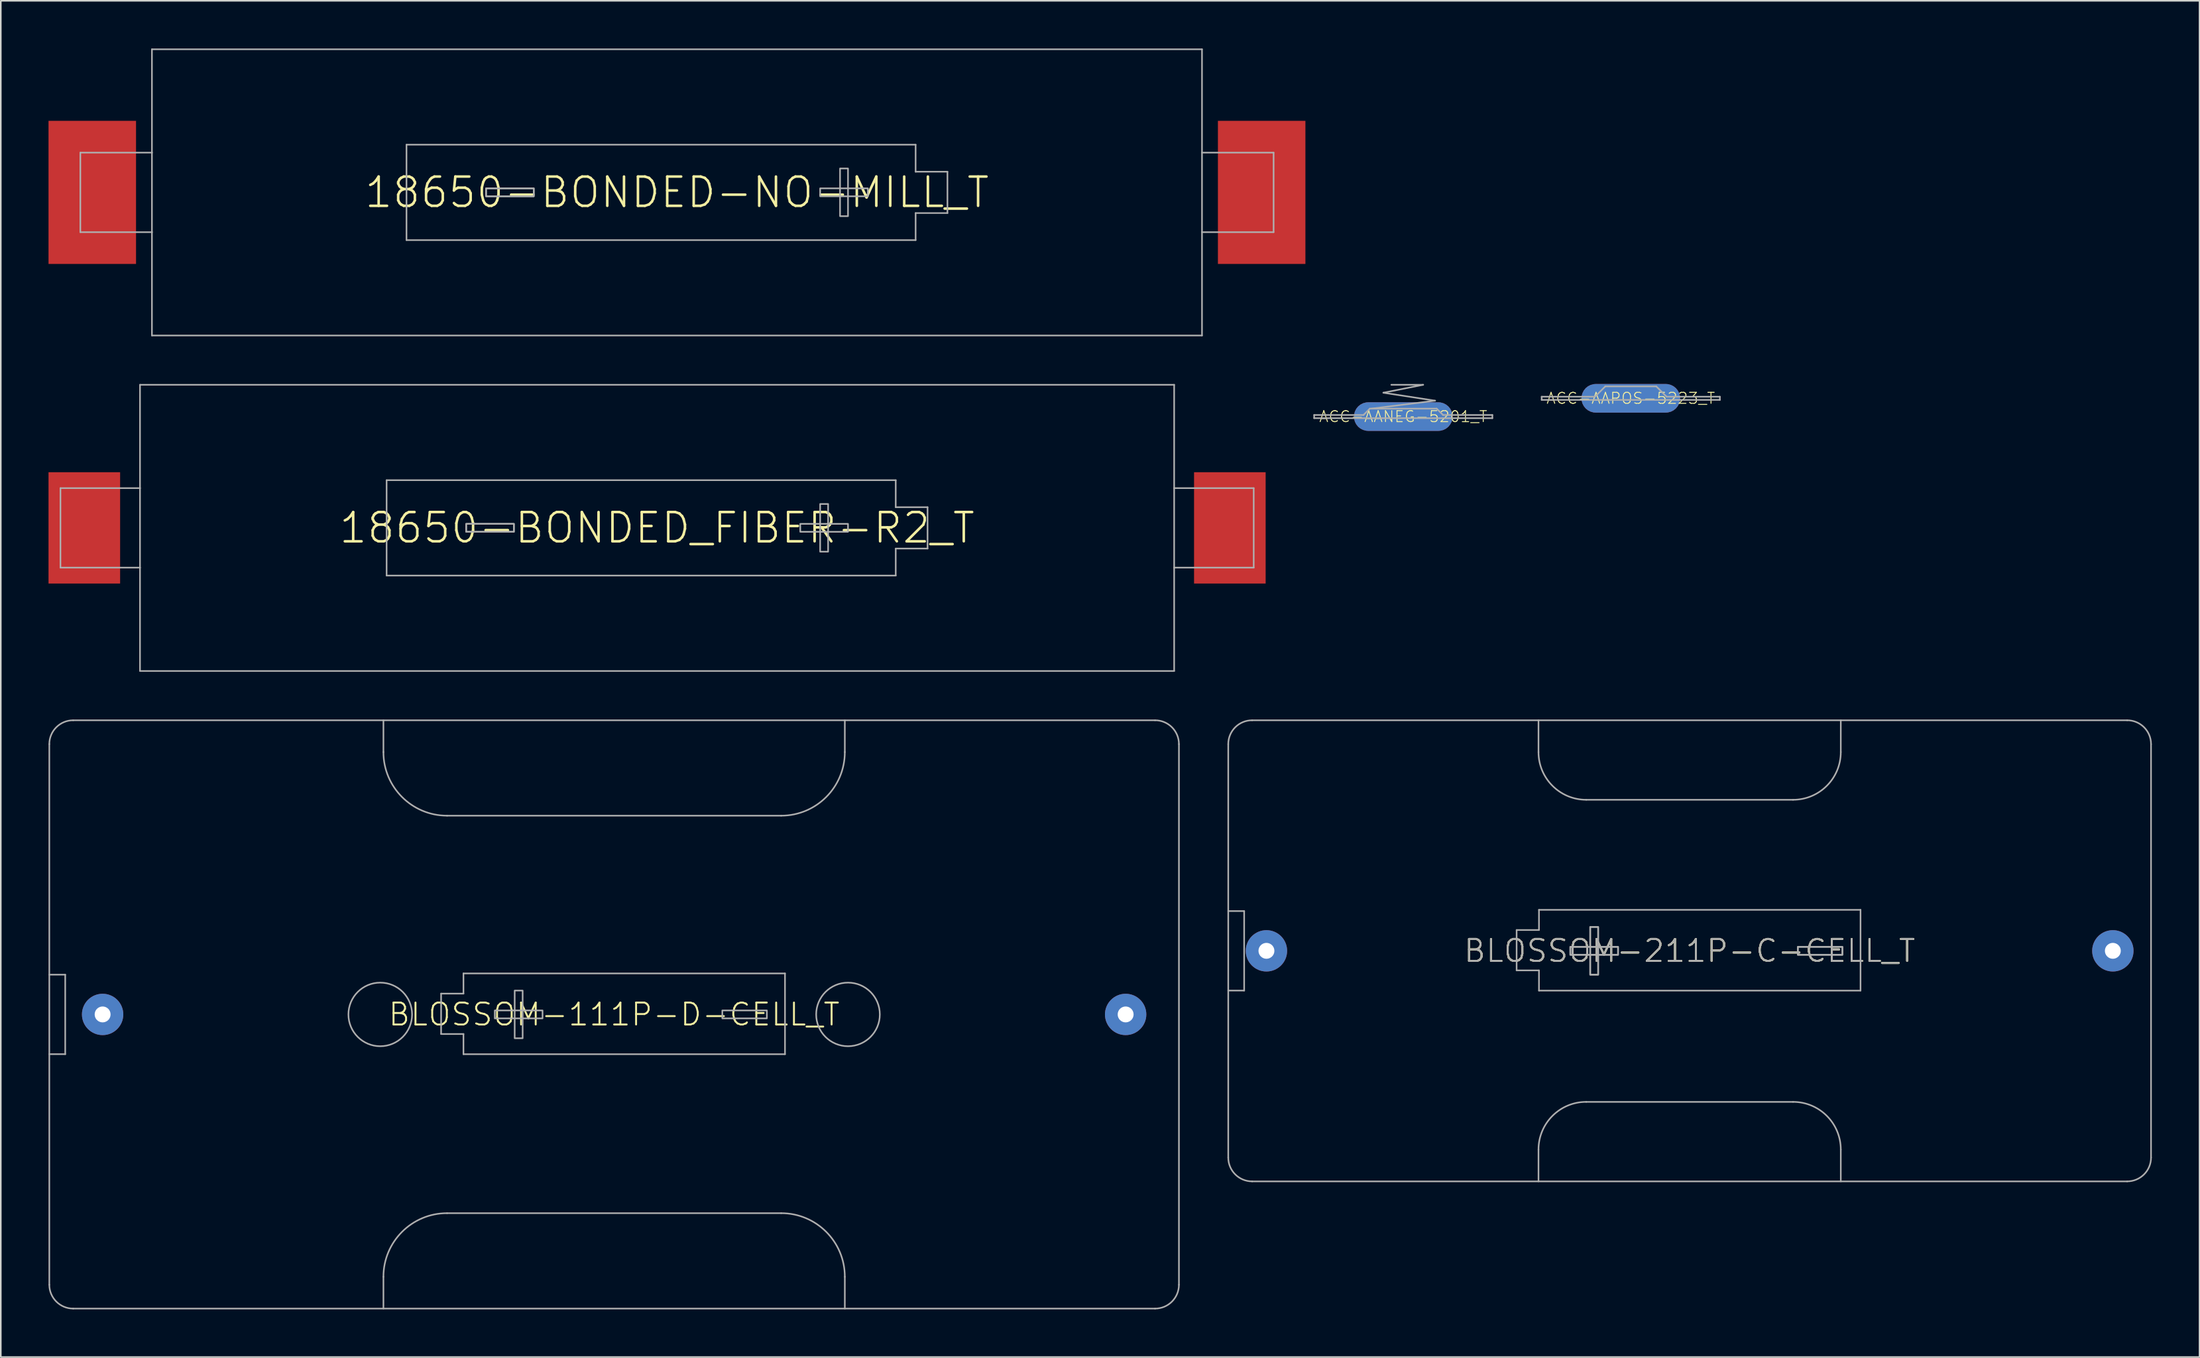
<source format=kicad_pcb>
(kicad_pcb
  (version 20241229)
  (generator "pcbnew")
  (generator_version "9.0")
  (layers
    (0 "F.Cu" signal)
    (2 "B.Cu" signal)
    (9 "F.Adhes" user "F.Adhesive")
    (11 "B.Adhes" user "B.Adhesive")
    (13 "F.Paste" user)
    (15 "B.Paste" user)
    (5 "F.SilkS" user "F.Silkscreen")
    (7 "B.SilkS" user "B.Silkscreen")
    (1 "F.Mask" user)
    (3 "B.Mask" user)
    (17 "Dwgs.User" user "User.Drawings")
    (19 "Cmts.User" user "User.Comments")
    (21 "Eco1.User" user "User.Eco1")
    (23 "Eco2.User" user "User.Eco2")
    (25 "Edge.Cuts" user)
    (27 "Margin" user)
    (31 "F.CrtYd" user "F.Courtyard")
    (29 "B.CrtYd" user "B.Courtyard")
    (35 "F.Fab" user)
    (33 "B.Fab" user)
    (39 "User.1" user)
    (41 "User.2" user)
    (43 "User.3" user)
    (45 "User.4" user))
  (footprint "BLOSSOM-111P-D-CELL_T"
    (layer "F.Cu")
    (at 35.55 60.75)
    (property "Reference" "BLOSSOM-111P-D-CELL_T" (at 0 0 0) (unlocked yes) (layer "F.SilkS") (effects (font (size 1.38 1.38) (thickness 0.12))))
    (fp_line (start -35.5 2.5) (end -34.5 2.5) (stroke (width 0.1) (type solid)) (layer "F.Fab"))
    (fp_line (start -35.5 17) (end -35.5 -17) (stroke (width 0.1) (type solid)) (layer "F.Fab"))
    (fp_line (start -34.5 -2.5) (end -35.5 -2.5) (stroke (width 0.1) (type solid)) (layer "F.Fab"))
    (fp_line (start -34.5 2.5) (end -34.5 -2.5) (stroke (width 0.1) (type solid)) (layer "F.Fab"))
    (fp_line (start -34 18.5) (end 34 18.5) (stroke (width 0.1) (type solid)) (layer "F.Fab"))
    (fp_line (start -14.5 -18.5) (end -34 -18.5) (stroke (width 0.1) (type solid)) (layer "F.Fab"))
    (fp_line (start -14.5 -18.5) (end -14.5 -16.5) (stroke (width 0.1) (type solid)) (layer "F.Fab"))
    (fp_line (start -14.5 16.5) (end -14.5 18.5) (stroke (width 0.1) (type solid)) (layer "F.Fab"))
    (fp_line (start -10.875 -1.309) (end -10.875 1.231) (stroke (width 0.1) (type solid)) (layer "F.Fab"))
    (fp_line (start -10.875 1.231) (end -9.47 1.231) (stroke (width 0.1) (type solid)) (layer "F.Fab"))
    (fp_line (start -10.5 -12.5) (end 10.5 -12.5) (stroke (width 0.1) (type solid)) (layer "F.Fab"))
    (fp_line (start -9.47 -2.579) (end -9.47 -1.309) (stroke (width 0.1) (type solid)) (layer "F.Fab"))
    (fp_line (start -9.47 -1.309) (end -10.875 -1.309) (stroke (width 0.1) (type solid)) (layer "F.Fab"))
    (fp_line (start -9.47 2.501) (end -9.47 1.231) (stroke (width 0.1) (type solid)) (layer "F.Fab"))
    (fp_line (start 10.5 12.5) (end -10.5 12.5) (stroke (width 0.1) (type solid)) (layer "F.Fab"))
    (fp_line (start 10.74 -2.579) (end -9.47 -2.579) (stroke (width 0.1) (type solid)) (layer "F.Fab"))
    (fp_line (start 10.74 2.501) (end -9.47 2.501) (stroke (width 0.1) (type solid)) (layer "F.Fab"))
    (fp_line (start 10.74 2.501) (end 10.74 -2.579) (stroke (width 0.1) (type solid)) (layer "F.Fab"))
    (fp_line (start 14.5 -18.5) (end -14.5 -18.5) (stroke (width 0.1) (type solid)) (layer "F.Fab"))
    (fp_line (start 14.5 -16.5) (end 14.5 -18.5) (stroke (width 0.1) (type solid)) (layer "F.Fab"))
    (fp_line (start 14.5 18.5) (end 14.5 16.5) (stroke (width 0.1) (type solid)) (layer "F.Fab"))
    (fp_line (start 34 -18.5) (end 14.5 -18.5) (stroke (width 0.1) (type solid)) (layer "F.Fab"))
    (fp_line (start 35.5 -17) (end 35.5 17) (stroke (width 0.1) (type solid)) (layer "F.Fab"))
    (fp_arc (start -35.5 -17) (mid -35.06066 -18.06066) (end -34 -18.5) (stroke (width 0.1) (type solid)) (layer "F.Fab"))
    (fp_arc (start -34 18.5) (mid -35.06066 18.06066) (end -35.5 17) (stroke (width 0.1) (type solid)) (layer "F.Fab"))
    (fp_arc (start -14.5 16.5) (mid -13.328427 13.671573) (end -10.5 12.5) (stroke (width 0.1) (type solid)) (layer "F.Fab"))
    (fp_arc (start -10.5 -12.5) (mid -13.328427 -13.671573) (end -14.5 -16.5) (stroke (width 0.1) (type solid)) (layer "F.Fab"))
    (fp_arc (start 10.5 12.5) (mid 13.328427 13.671573) (end 14.5 16.5) (stroke (width 0.1) (type solid)) (layer "F.Fab"))
    (fp_arc (start 14.5 -16.5) (mid 13.328427 -13.671573) (end 10.5 -12.5) (stroke (width 0.1) (type solid)) (layer "F.Fab"))
    (fp_arc (start 34 -18.5) (mid 35.06066 -18.06066) (end 35.5 -17) (stroke (width 0.1) (type solid)) (layer "F.Fab"))
    (fp_arc (start 35.5 17) (mid 35.06066 18.06066) (end 34 18.5) (stroke (width 0.1) (type solid)) (layer "F.Fab"))
    (fp_circle (center -14.7 0) (end -12.7 0) (stroke (width 0.1) (type solid)) (fill no) (layer "F.Fab"))
    (fp_circle (center 14.7 0) (end 16.7 0) (stroke (width 0.1) (type solid)) (fill no) (layer "F.Fab"))
    (fp_poly (pts (xy -7.5 0.25) (xy -4.5 0.25) (xy -4.5 -0.25) (xy -7.5 -0.25)) (stroke (width 0.1) (type default)) (fill no) (layer "F.Fab"))
    (fp_poly (pts (xy -6.25 1.5) (xy -5.75 1.5) (xy -5.75 -1.5) (xy -6.25 -1.5)) (stroke (width 0.1) (type default)) (fill no) (layer "F.Fab"))
    (fp_poly (pts (xy 6.8 0.25) (xy 9.6 0.25) (xy 9.6 -0.25) (xy 6.8 -0.25)) (stroke (width 0.1) (type default)) (fill no) (layer "F.Fab"))
    (pad "M" thru_hole circle (at 32.15 0) (size 2.6 2.6) (drill 1) (layers "*.Cu" "*.Mask"))
    (pad "P" thru_hole circle (at -32.15 0) (size 2.6 2.6) (drill 1) (layers "*.Cu" "*.Mask")))
  (footprint "18650-BONDED_FIBER-R2_T"
    (layer "F.Cu")
    (at 38.25 30.15)
    (property "Reference" "18650-BONDED_FIBER-R2_T" (at 0 0 0) (unlocked yes) (layer "F.SilkS") (effects (font (size 1.84 1.84) (thickness 0.16))))
    (fp_line (start -37.5 -2.5) (end -37.5 2.5) (stroke (width 0.1) (type solid)) (layer "F.Fab"))
    (fp_line (start -37.5 2.5) (end -32.5 2.5) (stroke (width 0.1) (type solid)) (layer "F.Fab"))
    (fp_line (start -32.5 -2.5) (end -37.5 -2.5) (stroke (width 0.1) (type solid)) (layer "F.Fab"))
    (fp_line (start -32.5 -2.5) (end -32.5 -9) (stroke (width 0.1) (type solid)) (layer "F.Fab"))
    (fp_line (start -32.5 2.5) (end -32.5 -2.5) (stroke (width 0.1) (type solid)) (layer "F.Fab"))
    (fp_line (start -32.5 9) (end -32.5 2.5) (stroke (width 0.1) (type solid)) (layer "F.Fab"))
    (fp_line (start -17 -3) (end -17 3) (stroke (width 0.1) (type solid)) (layer "F.Fab"))
    (fp_line (start -17 -3) (end 15 -3) (stroke (width 0.1) (type solid)) (layer "F.Fab"))
    (fp_line (start -17 3) (end 15 3) (stroke (width 0.1) (type solid)) (layer "F.Fab"))
    (fp_line (start 15 -3) (end 15 -1.3) (stroke (width 0.1) (type solid)) (layer "F.Fab"))
    (fp_line (start 15 1.3) (end 17 1.3) (stroke (width 0.1) (type solid)) (layer "F.Fab"))
    (fp_line (start 15 3) (end 15 1.3) (stroke (width 0.1) (type solid)) (layer "F.Fab"))
    (fp_line (start 17 -1.3) (end 15 -1.3) (stroke (width 0.1) (type solid)) (layer "F.Fab"))
    (fp_line (start 17 1.3) (end 17 -1.3) (stroke (width 0.1) (type solid)) (layer "F.Fab"))
    (fp_line (start 32.5 -9) (end -32.5 -9) (stroke (width 0.1) (type solid)) (layer "F.Fab"))
    (fp_line (start 32.5 -9) (end 32.5 -2.5) (stroke (width 0.1) (type solid)) (layer "F.Fab"))
    (fp_line (start 32.5 -2.5) (end 32.5 2.5) (stroke (width 0.1) (type solid)) (layer "F.Fab"))
    (fp_line (start 32.5 -2.5) (end 37.5 -2.5) (stroke (width 0.1) (type solid)) (layer "F.Fab"))
    (fp_line (start 32.5 2.5) (end 32.5 9) (stroke (width 0.1) (type solid)) (layer "F.Fab"))
    (fp_line (start 32.5 9) (end -32.5 9) (stroke (width 0.1) (type solid)) (layer "F.Fab"))
    (fp_line (start 37.5 -2.5) (end 37.5 2.5) (stroke (width 0.1) (type solid)) (layer "F.Fab"))
    (fp_line (start 37.5 2.5) (end 32.5 2.5) (stroke (width 0.1) (type solid)) (layer "F.Fab"))
    (fp_poly (pts (xy -9 -0.254) (xy -12 -0.254) (xy -12 0.246) (xy -9 0.246)) (stroke (width 0.1) (type default)) (fill no) (layer "F.Fab"))
    (fp_poly (pts (xy -9 -0.254) (xy -12 -0.254) (xy -12 0.246) (xy -9 0.246)) (stroke (width 0.1) (type default)) (fill no) (layer "F.Fab"))
    (fp_poly (pts (xy 10.75 -1.504) (xy 10.25 -1.504) (xy 10.25 1.496) (xy 10.75 1.496)) (stroke (width 0.1) (type default)) (fill no) (layer "F.Fab"))
    (fp_poly (pts (xy 12 -0.254) (xy 9 -0.254) (xy 9 0.246) (xy 12 0.246)) (stroke (width 0.1) (type default)) (fill no) (layer "F.Fab"))
    (pad "M" smd rect (at -36 0) (size 4.5 7) (layers "F.Cu" "F.Mask"))
    (pad "P" smd rect (at 36 0) (size 4.5 7) (layers "F.Cu" "F.Mask")))
  (footprint "ACC-AANEG-5201_T"
    (layer "F.Cu")
    (at 85.15 23.15)
    (property "Reference" "ACC-AANEG-5201_T" (at 0 0 0) (unlocked yes) (layer "F.SilkS") (effects (font (size 0.69 0.69) (thickness 0.06))))
    (fp_line (start -5.6 -0.1) (end -5.6 0.1) (stroke (width 0.1) (type solid)) (layer "F.Fab"))
    (fp_line (start -5.6 0.1) (end 5.6 0.1) (stroke (width 0.1) (type solid)) (layer "F.Fab"))
    (fp_line (start -2.5 -0.1) (end -5.6 -0.1) (stroke (width 0.1) (type solid)) (layer "F.Fab"))
    (fp_line (start -2.5 -0.1) (end -2.1 -0.5) (stroke (width 0.1) (type solid)) (layer "F.Fab"))
    (fp_line (start -2.1 -0.5) (end 2.1 -0.5) (stroke (width 0.1) (type solid)) (layer "F.Fab"))
    (fp_line (start -2 -0.5) (end 2 -1) (stroke (width 0.1) (type solid)) (layer "F.Fab"))
    (fp_line (start -1.25 -1.5) (end 1.25 -2) (stroke (width 0.1) (type solid)) (layer "F.Fab"))
    (fp_line (start 1.25 -2) (end -0.75 -2) (stroke (width 0.1) (type solid)) (layer "F.Fab"))
    (fp_line (start 2 -1) (end -1.25 -1.5) (stroke (width 0.1) (type solid)) (layer "F.Fab"))
    (fp_line (start 2.1 -0.5) (end 2.5 -0.1) (stroke (width 0.1) (type solid)) (layer "F.Fab"))
    (fp_line (start 5.6 -0.1) (end 2.5 -0.1) (stroke (width 0.1) (type solid)) (layer "F.Fab"))
    (fp_line (start 5.6 0.1) (end 5.6 -0.1) (stroke (width 0.1) (type solid)) (layer "F.Fab"))
    (pad "0" smd roundrect (at 0 0 90) (size 1.8 6.2) (layers "F.Cu" "F.Mask") (roundrect_rratio 0.5))
    (pad "1" smd roundrect (at 0 0 90) (size 1.8 6.2) (layers "B.Cu" "B.Mask") (roundrect_rratio 0.5)))
  (footprint "BLOSSOM-211P-C-CELL_T"
    (layer "F.Cu")
    (at 103.15 56.75)
    (property "Reference" "BLOSSOM-211P-C-CELL_T" (at 0 0 0) (unlocked yes) (layer "F.SilkS") (effects (font (size 1.38 1.38) (thickness 0.12))))
    (property "Value" "BLOSSOM-211P-C-CELL_T" (at 0 0 0) (unlocked yes) (layer "F.Fab") (hide yes) (effects (font (size 1.38 1.38) (thickness 0.12))))
    (fp_line (start -29 2.5) (end -28 2.5) (stroke (width 0.1) (type solid)) (layer "F.Fab"))
    (fp_line (start -29 13) (end -29 -13) (stroke (width 0.1) (type solid)) (layer "F.Fab"))
    (fp_line (start -28 -2.5) (end -29 -2.5) (stroke (width 0.1) (type solid)) (layer "F.Fab"))
    (fp_line (start -28 2.5) (end -28 -2.5) (stroke (width 0.1) (type solid)) (layer "F.Fab"))
    (fp_line (start -27.5 14.5) (end 27.5 14.5) (stroke (width 0.1) (type solid)) (layer "F.Fab"))
    (fp_line (start -10.875 -1.309) (end -10.875 1.231) (stroke (width 0.1) (type solid)) (layer "F.Fab"))
    (fp_line (start -10.875 1.231) (end -9.47 1.231) (stroke (width 0.1) (type solid)) (layer "F.Fab"))
    (fp_line (start -9.5 -14.5) (end -27.5 -14.5) (stroke (width 0.1) (type solid)) (layer "F.Fab"))
    (fp_line (start -9.5 -14.5) (end -9.5 -12.5) (stroke (width 0.1) (type solid)) (layer "F.Fab"))
    (fp_line (start -9.5 12.5) (end -9.5 14.5) (stroke (width 0.1) (type solid)) (layer "F.Fab"))
    (fp_line (start -9.47 -2.579) (end -9.47 -1.309) (stroke (width 0.1) (type solid)) (layer "F.Fab"))
    (fp_line (start -9.47 -1.309) (end -10.875 -1.309) (stroke (width 0.1) (type solid)) (layer "F.Fab"))
    (fp_line (start -9.47 2.501) (end -9.47 1.231) (stroke (width 0.1) (type solid)) (layer "F.Fab"))
    (fp_line (start -6.5 -9.5) (end 6.5 -9.5) (stroke (width 0.1) (type solid)) (layer "F.Fab"))
    (fp_line (start -6.5 9.5) (end 6.5 9.5) (stroke (width 0.1) (type solid)) (layer "F.Fab"))
    (fp_line (start 9.5 -14.5) (end -9.5 -14.5) (stroke (width 0.1) (type solid)) (layer "F.Fab"))
    (fp_line (start 9.5 -12.5) (end 9.5 -14.5) (stroke (width 0.1) (type solid)) (layer "F.Fab"))
    (fp_line (start 9.5 14.5) (end 9.5 12.5) (stroke (width 0.1) (type solid)) (layer "F.Fab"))
    (fp_line (start 10.74 -2.579) (end -9.47 -2.579) (stroke (width 0.1) (type solid)) (layer "F.Fab"))
    (fp_line (start 10.74 2.501) (end -9.47 2.501) (stroke (width 0.1) (type solid)) (layer "F.Fab"))
    (fp_line (start 10.74 2.501) (end 10.74 -2.579) (stroke (width 0.1) (type solid)) (layer "F.Fab"))
    (fp_line (start 27.5 -14.5) (end 9.5 -14.5) (stroke (width 0.1) (type solid)) (layer "F.Fab"))
    (fp_line (start 29 -13) (end 29 13) (stroke (width 0.1) (type solid)) (layer "F.Fab"))
    (fp_arc (start -29 -13) (mid -28.56066 -14.06066) (end -27.5 -14.5) (stroke (width 0.1) (type solid)) (layer "F.Fab"))
    (fp_arc (start -27.5 14.5) (mid -28.56066 14.06066) (end -29 13) (stroke (width 0.1) (type solid)) (layer "F.Fab"))
    (fp_arc (start -9.5 12.5) (mid -8.62132 10.37868) (end -6.5 9.5) (stroke (width 0.1) (type solid)) (layer "F.Fab"))
    (fp_arc (start -6.5 -9.5) (mid -8.62132 -10.37868) (end -9.5 -12.5) (stroke (width 0.1) (type solid)) (layer "F.Fab"))
    (fp_arc (start 6.5 9.5) (mid 8.62132 10.37868) (end 9.5 12.5) (stroke (width 0.1) (type solid)) (layer "F.Fab"))
    (fp_arc (start 9.5 -12.5) (mid 8.62132 -10.37868) (end 6.5 -9.5) (stroke (width 0.1) (type solid)) (layer "F.Fab"))
    (fp_arc (start 27.5 -14.5) (mid 28.56066 -14.06066) (end 29 -13) (stroke (width 0.1) (type solid)) (layer "F.Fab"))
    (fp_arc (start 29 13) (mid 28.56066 14.06066) (end 27.5 14.5) (stroke (width 0.1) (type solid)) (layer "F.Fab"))
    (fp_poly (pts (xy -7.5 0.25) (xy -4.5 0.25) (xy -4.5 -0.25) (xy -7.5 -0.25)) (stroke (width 0.1) (type default)) (fill no) (layer "F.Fab"))
    (fp_poly (pts (xy -7.5 0.25) (xy -4.5 0.25) (xy -4.5 -0.25) (xy -7.5 -0.25)) (stroke (width 0.1) (type default)) (fill no) (layer "F.Fab"))
    (fp_poly (pts (xy -6.25 1.5) (xy -5.75 1.5) (xy -5.75 -1.5) (xy -6.25 -1.5)) (stroke (width 0.1) (type default)) (fill no) (layer "F.Fab"))
    (fp_poly (pts (xy -6.25 1.5) (xy -5.75 1.5) (xy -5.75 -1.5) (xy -6.25 -1.5)) (stroke (width 0.1) (type default)) (fill no) (layer "F.Fab"))
    (fp_poly (pts (xy 6.8 0.25) (xy 9.6 0.25) (xy 9.6 -0.25) (xy 6.8 -0.25)) (stroke (width 0.1) (type default)) (fill no) (layer "F.Fab"))
    (fp_poly (pts (xy 6.8 0.25) (xy 9.6 0.25) (xy 9.6 -0.25) (xy 6.8 -0.25)) (stroke (width 0.1) (type default)) (fill no) (layer "F.Fab"))
    (fp_text user "${REFERENCE}" (at 0 0 0) (layer "F.SilkS") (effects (font (size 1.38 1.38) (thickness 0.12))))
    (fp_text user "${VALUE}" (at 0 0 0) (layer "F.Fab") (effects (font (size 1.38 1.38) (thickness 0.12))))
    (pad "M" thru_hole circle (at 26.6 0) (size 2.6 2.6) (drill 1) (layers "*.Cu" "*.Mask"))
    (pad "P" thru_hole circle (at -26.6 0) (size 2.6 2.6) (drill 1) (layers "*.Cu" "*.Mask")))
  (footprint "ACC-AAPOS-5223_T"
    (layer "F.Cu")
    (at 99.45 22)
    (property "Reference" "ACC-AAPOS-5223_T" (at 0 0 0) (unlocked yes) (layer "F.SilkS") (effects (font (size 0.69 0.69) (thickness 0.06))))
    (fp_line (start -5.6 -0.1) (end -5.6 0.1) (stroke (width 0.1) (type solid)) (layer "F.Fab"))
    (fp_line (start -5.6 0.1) (end 5.6 0.1) (stroke (width 0.1) (type solid)) (layer "F.Fab"))
    (fp_line (start -2.25 -0.1) (end -5.6 -0.1) (stroke (width 0.1) (type solid)) (layer "F.Fab"))
    (fp_line (start -2.25 -0.1) (end -1.6 -0.75) (stroke (width 0.1) (type solid)) (layer "F.Fab"))
    (fp_line (start -1.6 -0.75) (end 1.6 -0.75) (stroke (width 0.1) (type solid)) (layer "F.Fab"))
    (fp_line (start 1.6 -0.75) (end 2.25 -0.1) (stroke (width 0.1) (type solid)) (layer "F.Fab"))
    (fp_line (start 5.6 -0.1) (end 2.25 -0.1) (stroke (width 0.1) (type solid)) (layer "F.Fab"))
    (fp_line (start 5.6 0.1) (end 5.6 -0.1) (stroke (width 0.1) (type solid)) (layer "F.Fab"))
    (pad "0" smd roundrect (at 0 0 90) (size 1.8 6.2) (layers "F.Cu" "F.Mask") (roundrect_rratio 0.5))
    (pad "1" smd roundrect (at 0 0 90) (size 1.8 6.2) (layers "B.Cu" "B.Mask") (roundrect_rratio 0.5)))
  (footprint "18650-BONDED-NO-MILL_T"
    (layer "F.Cu")
    (at 39.5 9.05)
    (property "Reference" "18650-BONDED-NO-MILL_T" (at 0 0 0) (unlocked yes) (layer "F.SilkS") (effects (font (size 1.84 1.84) (thickness 0.16))))
    (fp_line (start -37.5 -2.5) (end -37.5 2.5) (stroke (width 0.1) (type solid)) (layer "F.Fab"))
    (fp_line (start -37.5 2.5) (end -33 2.5) (stroke (width 0.1) (type solid)) (layer "F.Fab"))
    (fp_line (start -33 -2.5) (end -37.5 -2.5) (stroke (width 0.1) (type solid)) (layer "F.Fab"))
    (fp_line (start -33 -2.5) (end -33 -9) (stroke (width 0.1) (type solid)) (layer "F.Fab"))
    (fp_line (start -33 2.5) (end -33 -2.5) (stroke (width 0.1) (type solid)) (layer "F.Fab"))
    (fp_line (start -33 9) (end -33 2.5) (stroke (width 0.1) (type solid)) (layer "F.Fab"))
    (fp_line (start -17 -3) (end -17 3) (stroke (width 0.1) (type solid)) (layer "F.Fab"))
    (fp_line (start -17 -3) (end 15 -3) (stroke (width 0.1) (type solid)) (layer "F.Fab"))
    (fp_line (start -17 3) (end 15 3) (stroke (width 0.1) (type solid)) (layer "F.Fab"))
    (fp_line (start 15 -3) (end 15 -1.3) (stroke (width 0.1) (type solid)) (layer "F.Fab"))
    (fp_line (start 15 1.3) (end 17 1.3) (stroke (width 0.1) (type solid)) (layer "F.Fab"))
    (fp_line (start 15 3) (end 15 1.3) (stroke (width 0.1) (type solid)) (layer "F.Fab"))
    (fp_line (start 17 -1.3) (end 15 -1.3) (stroke (width 0.1) (type solid)) (layer "F.Fab"))
    (fp_line (start 17 1.3) (end 17 -1.3) (stroke (width 0.1) (type solid)) (layer "F.Fab"))
    (fp_line (start 33 -9) (end -33 -9) (stroke (width 0.1) (type solid)) (layer "F.Fab"))
    (fp_line (start 33 -9) (end 33 -2.5) (stroke (width 0.1) (type solid)) (layer "F.Fab"))
    (fp_line (start 33 -2.5) (end 33 2.5) (stroke (width 0.1) (type solid)) (layer "F.Fab"))
    (fp_line (start 33 -2.5) (end 37.5 -2.5) (stroke (width 0.1) (type solid)) (layer "F.Fab"))
    (fp_line (start 33 2.5) (end 33 9) (stroke (width 0.1) (type solid)) (layer "F.Fab"))
    (fp_line (start 33 9) (end -33 9) (stroke (width 0.1) (type solid)) (layer "F.Fab"))
    (fp_line (start 37.5 -2.5) (end 37.5 2.5) (stroke (width 0.1) (type solid)) (layer "F.Fab"))
    (fp_line (start 37.5 2.5) (end 33 2.5) (stroke (width 0.1) (type solid)) (layer "F.Fab"))
    (fp_poly (pts (xy -9 -0.254) (xy -12 -0.254) (xy -12 0.246) (xy -9 0.246)) (stroke (width 0.1) (type default)) (fill no) (layer "F.Fab"))
    (fp_poly (pts (xy -9 -0.254) (xy -12 -0.254) (xy -12 0.246) (xy -9 0.246)) (stroke (width 0.1) (type default)) (fill no) (layer "F.Fab"))
    (fp_poly (pts (xy 10.75 -1.504) (xy 10.25 -1.504) (xy 10.25 1.496) (xy 10.75 1.496)) (stroke (width 0.1) (type default)) (fill no) (layer "F.Fab"))
    (fp_poly (pts (xy 12 -0.254) (xy 9 -0.254) (xy 9 0.246) (xy 12 0.246)) (stroke (width 0.1) (type default)) (fill no) (layer "F.Fab"))
    (pad "M" smd rect (at -36.75 0) (size 5.5 9) (layers "F.Cu" "F.Mask"))
    (pad "P" smd rect (at 36.75 0) (size 5.5 9) (layers "F.Cu" "F.Mask")))
  (gr_rect
    (start -3 -3)
    (end 135.2 82.3)
    (stroke (width 0.1) (type default))
    (fill no)
    (layer "Edge.Cuts")))
</source>
